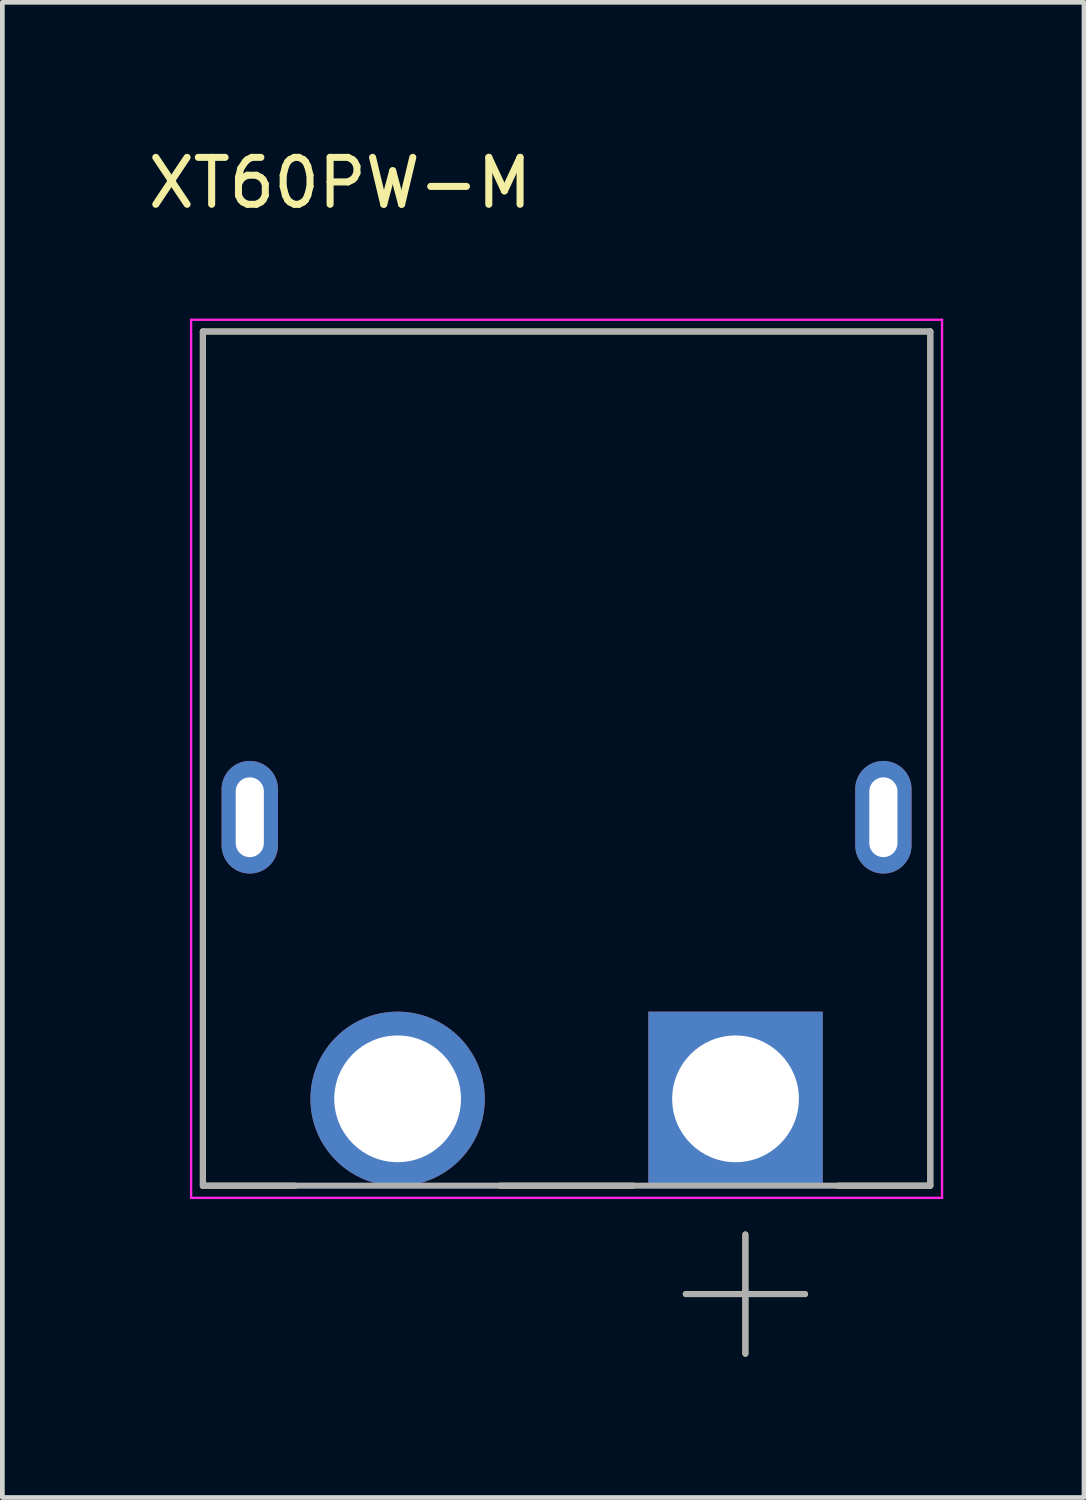
<source format=kicad_pcb>
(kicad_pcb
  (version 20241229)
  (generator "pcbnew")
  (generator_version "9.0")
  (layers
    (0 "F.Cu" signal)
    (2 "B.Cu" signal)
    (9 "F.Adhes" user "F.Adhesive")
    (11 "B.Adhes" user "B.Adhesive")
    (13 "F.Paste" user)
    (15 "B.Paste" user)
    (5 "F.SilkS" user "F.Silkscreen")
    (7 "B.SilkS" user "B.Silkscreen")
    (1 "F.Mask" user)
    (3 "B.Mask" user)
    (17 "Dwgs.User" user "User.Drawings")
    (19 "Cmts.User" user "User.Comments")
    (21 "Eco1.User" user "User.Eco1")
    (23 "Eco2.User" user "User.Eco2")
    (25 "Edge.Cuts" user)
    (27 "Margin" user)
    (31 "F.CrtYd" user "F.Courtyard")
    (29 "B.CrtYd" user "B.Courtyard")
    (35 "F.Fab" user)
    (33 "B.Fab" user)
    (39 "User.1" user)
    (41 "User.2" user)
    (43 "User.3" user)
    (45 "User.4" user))
  (footprint "XT60PW-M"
    (layer "F.Cu")
    (at 9.022 14.363)
    (property "Reference" "XT60PW-M" (at -4.824 -13.515 0) (layer "F.SilkS") (effects (font (size 1 1) (thickness 0.15))))
    (attr through_hole)
    (fp_line (start -7.75 -10.35) (end -7.75 7.85) (stroke (width 0.127) (type solid)) (layer "F.SilkS"))
    (fp_line (start -7.75 7.85) (end -5.778 7.85) (stroke (width 0.127) (type solid)) (layer "F.SilkS"))
    (fp_line (start -1.422 7.85) (end 1.422 7.85) (stroke (width 0.127) (type solid)) (layer "F.SilkS"))
    (fp_line (start 2.54 10.16) (end 3.81 10.16) (stroke (width 0.127) (type solid)) (layer "F.SilkS"))
    (fp_line (start 3.81 10.16) (end 3.81 8.89) (stroke (width 0.127) (type solid)) (layer "F.SilkS"))
    (fp_line (start 3.81 10.16) (end 3.81 11.43) (stroke (width 0.127) (type solid)) (layer "F.SilkS"))
    (fp_line (start 5.08 10.16) (end 3.81 10.16) (stroke (width 0.127) (type solid)) (layer "F.SilkS"))
    (fp_line (start 7.75 -10.35) (end -7.75 -10.35) (stroke (width 0.127) (type solid)) (layer "F.SilkS"))
    (fp_line (start 7.75 7.85) (end 5.778 7.85) (stroke (width 0.127) (type solid)) (layer "F.SilkS"))
    (fp_line (start 7.75 7.85) (end 7.75 -10.35) (stroke (width 0.127) (type solid)) (layer "F.SilkS"))
    (fp_line (start -8 -10.6) (end -8 8.11) (stroke (width 0.05) (type solid)) (layer "F.CrtYd"))
    (fp_line (start -8 8.11) (end 8 8.11) (stroke (width 0.05) (type solid)) (layer "F.CrtYd"))
    (fp_line (start 8 -10.6) (end -8 -10.6) (stroke (width 0.05) (type solid)) (layer "F.CrtYd"))
    (fp_line (start 8 8.11) (end 8 -10.6) (stroke (width 0.05) (type solid)) (layer "F.CrtYd"))
    (fp_line (start -7.75 -10.35) (end -7.75 7.85) (stroke (width 0.127) (type solid)) (layer "F.Fab"))
    (fp_line (start -7.75 7.85) (end 7.75 7.85) (stroke (width 0.127) (type solid)) (layer "F.Fab"))
    (fp_line (start 2.54 10.16) (end 3.81 10.16) (stroke (width 0.127) (type solid)) (layer "F.Fab"))
    (fp_line (start 3.81 10.16) (end 3.81 8.89) (stroke (width 0.127) (type solid)) (layer "F.Fab"))
    (fp_line (start 3.81 10.16) (end 3.81 11.43) (stroke (width 0.127) (type solid)) (layer "F.Fab"))
    (fp_line (start 5.08 10.16) (end 3.81 10.16) (stroke (width 0.127) (type solid)) (layer "F.Fab"))
    (fp_line (start 7.75 -10.35) (end -7.75 -10.35) (stroke (width 0.127) (type solid)) (layer "F.Fab"))
    (fp_line (start 7.75 7.85) (end 7.75 -10.35) (stroke (width 0.127) (type solid)) (layer "F.Fab"))
    (pad "1" thru_hole rect (at 3.6 6) (size 3.716 3.716) (drill 2.7) (layers "*.Cu" "*.Mask"))
    (pad "2" thru_hole circle (at -3.6 6) (size 3.716 3.716) (drill 2.7) (layers "*.Cu" "*.Mask"))
    (pad "S1" thru_hole oval (at 6.75 0) (size 1.2 2.4) (drill oval 0.6 1.7) (layers "*.Cu" "*.Mask"))
    (pad "S2" thru_hole oval (at -6.75 0) (size 1.2 2.4) (drill oval 0.6 1.7) (layers "*.Cu" "*.Mask")))
  (gr_rect
    (start -3 -3)
    (end 20.047 28.857)
    (stroke (width 0.1) (type default))
    (fill no)
    (layer "Edge.Cuts")))
</source>
